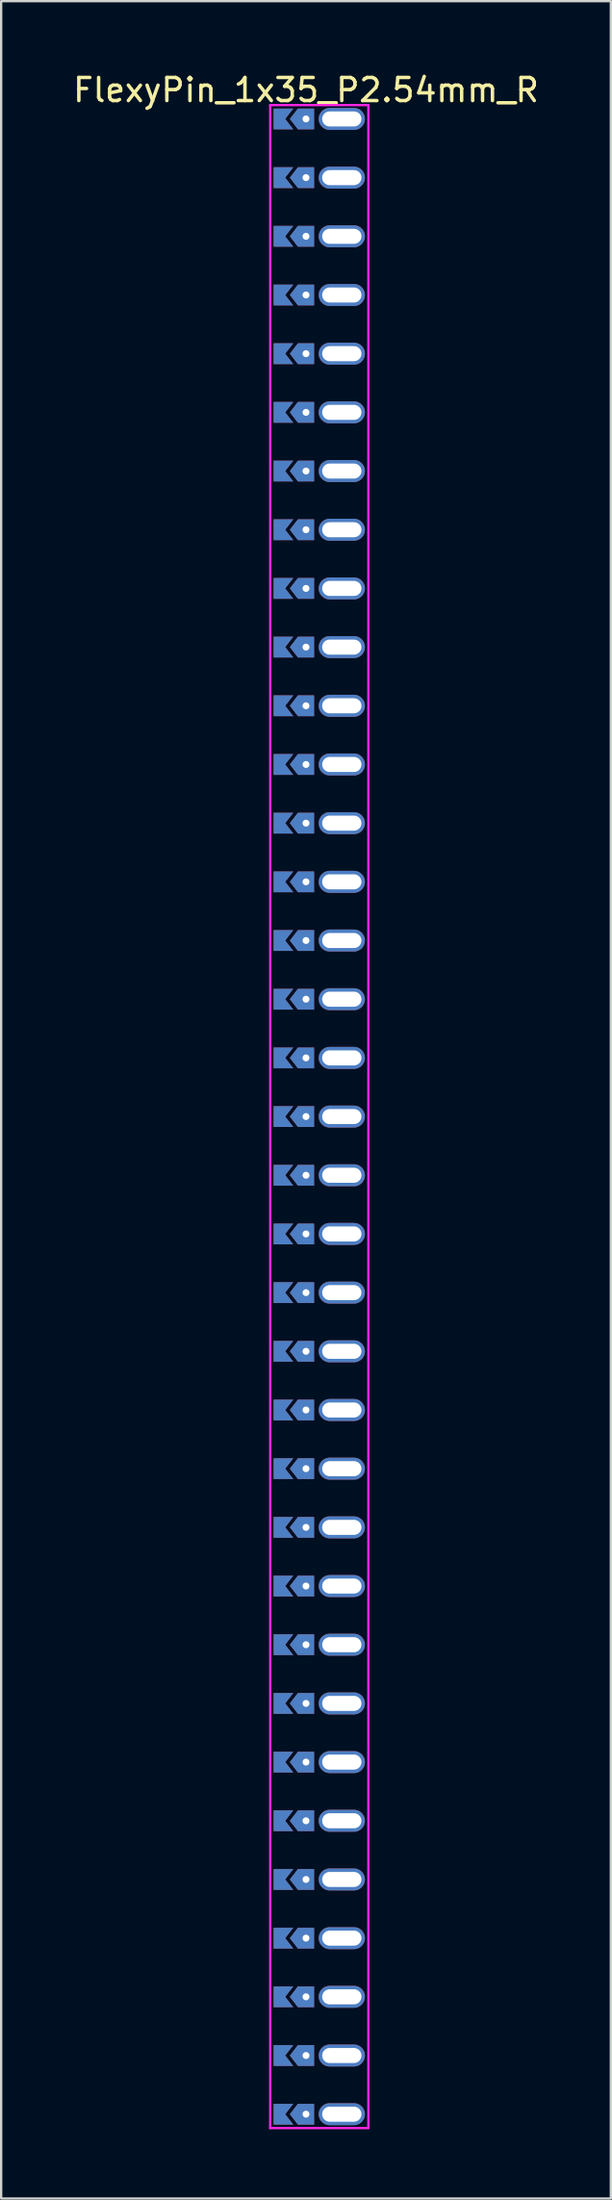
<source format=kicad_pcb>
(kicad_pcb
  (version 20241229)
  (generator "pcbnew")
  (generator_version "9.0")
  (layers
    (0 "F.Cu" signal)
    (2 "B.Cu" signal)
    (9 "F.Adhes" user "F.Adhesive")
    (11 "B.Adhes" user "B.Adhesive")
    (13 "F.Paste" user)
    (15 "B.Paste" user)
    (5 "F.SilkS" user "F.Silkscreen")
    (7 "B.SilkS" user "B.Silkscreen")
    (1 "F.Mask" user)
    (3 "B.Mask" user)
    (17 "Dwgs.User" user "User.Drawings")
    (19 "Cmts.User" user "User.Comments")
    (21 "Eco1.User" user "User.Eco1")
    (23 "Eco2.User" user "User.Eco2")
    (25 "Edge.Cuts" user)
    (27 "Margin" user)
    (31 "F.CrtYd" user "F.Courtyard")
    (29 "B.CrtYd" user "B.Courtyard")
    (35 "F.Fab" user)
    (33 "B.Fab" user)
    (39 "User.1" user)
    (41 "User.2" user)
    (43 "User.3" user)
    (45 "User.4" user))
  (footprint "FlexyPin_1x35_P2.54mm_R"
    (layer "F.Cu")
    (at 10.196 2.098)
    (property "Reference" "FlexyPin_1x35_P2.54mm_R" (at 0 -1.25 0) (layer "F.SilkS") (effects (font (size 1 1) (thickness 0.15))))
    (attr through_hole)
    (fp_line (start -1.55 -0.6) (end 2.7 -0.6) (stroke (width 0.1) (type solid)) (layer "F.CrtYd"))
    (fp_line (start -1.55 86.96) (end -1.55 -0.6) (stroke (width 0.1) (type solid)) (layer "F.CrtYd"))
    (fp_line (start 2.7 -0.6) (end 2.7 86.96) (stroke (width 0.1) (type solid)) (layer "F.CrtYd"))
    (fp_line (start 2.7 86.96) (end -1.55 86.96) (stroke (width 0.1) (type solid)) (layer "F.CrtYd"))
    (pad "" thru_hole custom (at 0 0) (size 0.3 0.3) (drill 0.6) (layers "*.Cu" "*.Mask") (options (anchor rect)) (primitives (gr_poly (pts (xy 0.35 0.45) (xy 0.35 -0.45) (xy -0.35 -0.45) (xy -0.7 0) (xy -0.35 0.45)) (width 0) (fill yes))))
    (pad "" thru_hole custom (at 0 2.54) (size 0.3 0.3) (drill 0.6) (layers "*.Cu" "*.Mask") (options (anchor rect)) (primitives (gr_poly (pts (xy 0.35 0.45) (xy 0.35 -0.45) (xy -0.35 -0.45) (xy -0.7 0) (xy -0.35 0.45)) (width 0) (fill yes))))
    (pad "" thru_hole custom (at 0 5.08) (size 0.3 0.3) (drill 0.6) (layers "*.Cu" "*.Mask") (options (anchor rect)) (primitives (gr_poly (pts (xy 0.35 0.45) (xy 0.35 -0.45) (xy -0.35 -0.45) (xy -0.7 0) (xy -0.35 0.45)) (width 0) (fill yes))))
    (pad "" thru_hole custom (at 0 7.62) (size 0.3 0.3) (drill 0.6) (layers "*.Cu" "*.Mask") (options (anchor rect)) (primitives (gr_poly (pts (xy 0.35 0.45) (xy 0.35 -0.45) (xy -0.35 -0.45) (xy -0.7 0) (xy -0.35 0.45)) (width 0) (fill yes))))
    (pad "" thru_hole custom (at 0 10.16) (size 0.3 0.3) (drill 0.6) (layers "*.Cu" "*.Mask") (options (anchor rect)) (primitives (gr_poly (pts (xy 0.35 0.45) (xy 0.35 -0.45) (xy -0.35 -0.45) (xy -0.7 0) (xy -0.35 0.45)) (width 0) (fill yes))))
    (pad "" thru_hole custom (at 0 12.7) (size 0.3 0.3) (drill 0.6) (layers "*.Cu" "*.Mask") (options (anchor rect)) (primitives (gr_poly (pts (xy 0.35 0.45) (xy 0.35 -0.45) (xy -0.35 -0.45) (xy -0.7 0) (xy -0.35 0.45)) (width 0) (fill yes))))
    (pad "" thru_hole custom (at 0 15.24) (size 0.3 0.3) (drill 0.6) (layers "*.Cu" "*.Mask") (options (anchor rect)) (primitives (gr_poly (pts (xy 0.35 0.45) (xy 0.35 -0.45) (xy -0.35 -0.45) (xy -0.7 0) (xy -0.35 0.45)) (width 0) (fill yes))))
    (pad "" thru_hole custom (at 0 17.78) (size 0.3 0.3) (drill 0.6) (layers "*.Cu" "*.Mask") (options (anchor rect)) (primitives (gr_poly (pts (xy 0.35 0.45) (xy 0.35 -0.45) (xy -0.35 -0.45) (xy -0.7 0) (xy -0.35 0.45)) (width 0) (fill yes))))
    (pad "" thru_hole custom (at 0 20.32) (size 0.3 0.3) (drill 0.6) (layers "*.Cu" "*.Mask") (options (anchor rect)) (primitives (gr_poly (pts (xy 0.35 0.45) (xy 0.35 -0.45) (xy -0.35 -0.45) (xy -0.7 0) (xy -0.35 0.45)) (width 0) (fill yes))))
    (pad "" thru_hole custom (at 0 22.86) (size 0.3 0.3) (drill 0.6) (layers "*.Cu" "*.Mask") (options (anchor rect)) (primitives (gr_poly (pts (xy 0.35 0.45) (xy 0.35 -0.45) (xy -0.35 -0.45) (xy -0.7 0) (xy -0.35 0.45)) (width 0) (fill yes))))
    (pad "" thru_hole custom (at 0 25.4) (size 0.3 0.3) (drill 0.6) (layers "*.Cu" "*.Mask") (options (anchor rect)) (primitives (gr_poly (pts (xy 0.35 0.45) (xy 0.35 -0.45) (xy -0.35 -0.45) (xy -0.7 0) (xy -0.35 0.45)) (width 0) (fill yes))))
    (pad "" thru_hole custom (at 0 27.94) (size 0.3 0.3) (drill 0.6) (layers "*.Cu" "*.Mask") (options (anchor rect)) (primitives (gr_poly (pts (xy 0.35 0.45) (xy 0.35 -0.45) (xy -0.35 -0.45) (xy -0.7 0) (xy -0.35 0.45)) (width 0) (fill yes))))
    (pad "" thru_hole custom (at 0 30.48) (size 0.3 0.3) (drill 0.6) (layers "*.Cu" "*.Mask") (options (anchor rect)) (primitives (gr_poly (pts (xy 0.35 0.45) (xy 0.35 -0.45) (xy -0.35 -0.45) (xy -0.7 0) (xy -0.35 0.45)) (width 0) (fill yes))))
    (pad "" thru_hole custom (at 0 33.02) (size 0.3 0.3) (drill 0.6) (layers "*.Cu" "*.Mask") (options (anchor rect)) (primitives (gr_poly (pts (xy 0.35 0.45) (xy 0.35 -0.45) (xy -0.35 -0.45) (xy -0.7 0) (xy -0.35 0.45)) (width 0) (fill yes))))
    (pad "" thru_hole custom (at 0 35.56) (size 0.3 0.3) (drill 0.6) (layers "*.Cu" "*.Mask") (options (anchor rect)) (primitives (gr_poly (pts (xy 0.35 0.45) (xy 0.35 -0.45) (xy -0.35 -0.45) (xy -0.7 0) (xy -0.35 0.45)) (width 0) (fill yes))))
    (pad "" thru_hole custom (at 0 38.1) (size 0.3 0.3) (drill 0.6) (layers "*.Cu" "*.Mask") (options (anchor rect)) (primitives (gr_poly (pts (xy 0.35 0.45) (xy 0.35 -0.45) (xy -0.35 -0.45) (xy -0.7 0) (xy -0.35 0.45)) (width 0) (fill yes))))
    (pad "" thru_hole custom (at 0 40.64) (size 0.3 0.3) (drill 0.6) (layers "*.Cu" "*.Mask") (options (anchor rect)) (primitives (gr_poly (pts (xy 0.35 0.45) (xy 0.35 -0.45) (xy -0.35 -0.45) (xy -0.7 0) (xy -0.35 0.45)) (width 0) (fill yes))))
    (pad "" thru_hole custom (at 0 43.18) (size 0.3 0.3) (drill 0.6) (layers "*.Cu" "*.Mask") (options (anchor rect)) (primitives (gr_poly (pts (xy 0.35 0.45) (xy 0.35 -0.45) (xy -0.35 -0.45) (xy -0.7 0) (xy -0.35 0.45)) (width 0) (fill yes))))
    (pad "" thru_hole custom (at 0 45.72) (size 0.3 0.3) (drill 0.6) (layers "*.Cu" "*.Mask") (options (anchor rect)) (primitives (gr_poly (pts (xy 0.35 0.45) (xy 0.35 -0.45) (xy -0.35 -0.45) (xy -0.7 0) (xy -0.35 0.45)) (width 0) (fill yes))))
    (pad "" thru_hole custom (at 0 48.26) (size 0.3 0.3) (drill 0.6) (layers "*.Cu" "*.Mask") (options (anchor rect)) (primitives (gr_poly (pts (xy 0.35 0.45) (xy 0.35 -0.45) (xy -0.35 -0.45) (xy -0.7 0) (xy -0.35 0.45)) (width 0) (fill yes))))
    (pad "" thru_hole custom (at 0 50.8) (size 0.3 0.3) (drill 0.6) (layers "*.Cu" "*.Mask") (options (anchor rect)) (primitives (gr_poly (pts (xy 0.35 0.45) (xy 0.35 -0.45) (xy -0.35 -0.45) (xy -0.7 0) (xy -0.35 0.45)) (width 0) (fill yes))))
    (pad "" thru_hole custom (at 0 53.34) (size 0.3 0.3) (drill 0.6) (layers "*.Cu" "*.Mask") (options (anchor rect)) (primitives (gr_poly (pts (xy 0.35 0.45) (xy 0.35 -0.45) (xy -0.35 -0.45) (xy -0.7 0) (xy -0.35 0.45)) (width 0) (fill yes))))
    (pad "" thru_hole custom (at 0 55.88) (size 0.3 0.3) (drill 0.6) (layers "*.Cu" "*.Mask") (options (anchor rect)) (primitives (gr_poly (pts (xy 0.35 0.45) (xy 0.35 -0.45) (xy -0.35 -0.45) (xy -0.7 0) (xy -0.35 0.45)) (width 0) (fill yes))))
    (pad "" thru_hole custom (at 0 58.42) (size 0.3 0.3) (drill 0.6) (layers "*.Cu" "*.Mask") (options (anchor rect)) (primitives (gr_poly (pts (xy 0.35 0.45) (xy 0.35 -0.45) (xy -0.35 -0.45) (xy -0.7 0) (xy -0.35 0.45)) (width 0) (fill yes))))
    (pad "" thru_hole custom (at 0 60.96) (size 0.3 0.3) (drill 0.6) (layers "*.Cu" "*.Mask") (options (anchor rect)) (primitives (gr_poly (pts (xy 0.35 0.45) (xy 0.35 -0.45) (xy -0.35 -0.45) (xy -0.7 0) (xy -0.35 0.45)) (width 0) (fill yes))))
    (pad "" thru_hole custom (at 0 63.5) (size 0.3 0.3) (drill 0.6) (layers "*.Cu" "*.Mask") (options (anchor rect)) (primitives (gr_poly (pts (xy 0.35 0.45) (xy 0.35 -0.45) (xy -0.35 -0.45) (xy -0.7 0) (xy -0.35 0.45)) (width 0) (fill yes))))
    (pad "" thru_hole custom (at 0 66.04) (size 0.3 0.3) (drill 0.6) (layers "*.Cu" "*.Mask") (options (anchor rect)) (primitives (gr_poly (pts (xy 0.35 0.45) (xy 0.35 -0.45) (xy -0.35 -0.45) (xy -0.7 0) (xy -0.35 0.45)) (width 0) (fill yes))))
    (pad "" thru_hole custom (at 0 68.58) (size 0.3 0.3) (drill 0.6) (layers "*.Cu" "*.Mask") (options (anchor rect)) (primitives (gr_poly (pts (xy 0.35 0.45) (xy 0.35 -0.45) (xy -0.35 -0.45) (xy -0.7 0) (xy -0.35 0.45)) (width 0) (fill yes))))
    (pad "" thru_hole custom (at 0 71.12) (size 0.3 0.3) (drill 0.6) (layers "*.Cu" "*.Mask") (options (anchor rect)) (primitives (gr_poly (pts (xy 0.35 0.45) (xy 0.35 -0.45) (xy -0.35 -0.45) (xy -0.7 0) (xy -0.35 0.45)) (width 0) (fill yes))))
    (pad "" thru_hole custom (at 0 73.66) (size 0.3 0.3) (drill 0.6) (layers "*.Cu" "*.Mask") (options (anchor rect)) (primitives (gr_poly (pts (xy 0.35 0.45) (xy 0.35 -0.45) (xy -0.35 -0.45) (xy -0.7 0) (xy -0.35 0.45)) (width 0) (fill yes))))
    (pad "" thru_hole custom (at 0 76.2) (size 0.3 0.3) (drill 0.6) (layers "*.Cu" "*.Mask") (options (anchor rect)) (primitives (gr_poly (pts (xy 0.35 0.45) (xy 0.35 -0.45) (xy -0.35 -0.45) (xy -0.7 0) (xy -0.35 0.45)) (width 0) (fill yes))))
    (pad "" thru_hole custom (at 0 78.74) (size 0.3 0.3) (drill 0.6) (layers "*.Cu" "*.Mask") (options (anchor rect)) (primitives (gr_poly (pts (xy 0.35 0.45) (xy 0.35 -0.45) (xy -0.35 -0.45) (xy -0.7 0) (xy -0.35 0.45)) (width 0) (fill yes))))
    (pad "" thru_hole custom (at 0 81.28) (size 0.3 0.3) (drill 0.6) (layers "*.Cu" "*.Mask") (options (anchor rect)) (primitives (gr_poly (pts (xy 0.35 0.45) (xy 0.35 -0.45) (xy -0.35 -0.45) (xy -0.7 0) (xy -0.35 0.45)) (width 0) (fill yes))))
    (pad "" thru_hole custom (at 0 83.82) (size 0.3 0.3) (drill 0.6) (layers "*.Cu" "*.Mask") (options (anchor rect)) (primitives (gr_poly (pts (xy 0.35 0.45) (xy 0.35 -0.45) (xy -0.35 -0.45) (xy -0.7 0) (xy -0.35 0.45)) (width 0) (fill yes))))
    (pad "" thru_hole custom (at 0 86.36) (size 0.3 0.3) (drill 0.6) (layers "*.Cu" "*.Mask") (options (anchor rect)) (primitives (gr_poly (pts (xy 0.35 0.45) (xy 0.35 -0.45) (xy -0.35 -0.45) (xy -0.7 0) (xy -0.35 0.45)) (width 0) (fill yes))))
    (pad "" thru_hole oval (at 1.55 0) (size 2 0.95) (drill oval 1.7 0.65) (layers "*.Cu" "*.Mask"))
    (pad "" thru_hole oval (at 1.55 2.54) (size 2 0.95) (drill oval 1.7 0.65) (layers "*.Cu" "*.Mask"))
    (pad "" thru_hole oval (at 1.55 5.08) (size 2 0.95) (drill oval 1.7 0.65) (layers "*.Cu" "*.Mask"))
    (pad "" thru_hole oval (at 1.55 7.62) (size 2 0.95) (drill oval 1.7 0.65) (layers "*.Cu" "*.Mask"))
    (pad "" thru_hole oval (at 1.55 10.16) (size 2 0.95) (drill oval 1.7 0.65) (layers "*.Cu" "*.Mask"))
    (pad "" thru_hole oval (at 1.55 12.7) (size 2 0.95) (drill oval 1.7 0.65) (layers "*.Cu" "*.Mask"))
    (pad "" thru_hole oval (at 1.55 15.24) (size 2 0.95) (drill oval 1.7 0.65) (layers "*.Cu" "*.Mask"))
    (pad "" thru_hole oval (at 1.55 17.78) (size 2 0.95) (drill oval 1.7 0.65) (layers "*.Cu" "*.Mask"))
    (pad "" thru_hole oval (at 1.55 20.32) (size 2 0.95) (drill oval 1.7 0.65) (layers "*.Cu" "*.Mask"))
    (pad "" thru_hole oval (at 1.55 22.86) (size 2 0.95) (drill oval 1.7 0.65) (layers "*.Cu" "*.Mask"))
    (pad "" thru_hole oval (at 1.55 25.4) (size 2 0.95) (drill oval 1.7 0.65) (layers "*.Cu" "*.Mask"))
    (pad "" thru_hole oval (at 1.55 27.94) (size 2 0.95) (drill oval 1.7 0.65) (layers "*.Cu" "*.Mask"))
    (pad "" thru_hole oval (at 1.55 30.48) (size 2 0.95) (drill oval 1.7 0.65) (layers "*.Cu" "*.Mask"))
    (pad "" thru_hole oval (at 1.55 33.02) (size 2 0.95) (drill oval 1.7 0.65) (layers "*.Cu" "*.Mask"))
    (pad "" thru_hole oval (at 1.55 35.56) (size 2 0.95) (drill oval 1.7 0.65) (layers "*.Cu" "*.Mask"))
    (pad "" thru_hole oval (at 1.55 38.1) (size 2 0.95) (drill oval 1.7 0.65) (layers "*.Cu" "*.Mask"))
    (pad "" thru_hole oval (at 1.55 40.64) (size 2 0.95) (drill oval 1.7 0.65) (layers "*.Cu" "*.Mask"))
    (pad "" thru_hole oval (at 1.55 43.18) (size 2 0.95) (drill oval 1.7 0.65) (layers "*.Cu" "*.Mask"))
    (pad "" thru_hole oval (at 1.55 45.72) (size 2 0.95) (drill oval 1.7 0.65) (layers "*.Cu" "*.Mask"))
    (pad "" thru_hole oval (at 1.55 48.26) (size 2 0.95) (drill oval 1.7 0.65) (layers "*.Cu" "*.Mask"))
    (pad "" thru_hole oval (at 1.55 50.8) (size 2 0.95) (drill oval 1.7 0.65) (layers "*.Cu" "*.Mask"))
    (pad "" thru_hole oval (at 1.55 53.34) (size 2 0.95) (drill oval 1.7 0.65) (layers "*.Cu" "*.Mask"))
    (pad "" thru_hole oval (at 1.55 55.88) (size 2 0.95) (drill oval 1.7 0.65) (layers "*.Cu" "*.Mask"))
    (pad "" thru_hole oval (at 1.55 58.42) (size 2 0.95) (drill oval 1.7 0.65) (layers "*.Cu" "*.Mask"))
    (pad "" thru_hole oval (at 1.55 60.96) (size 2 0.95) (drill oval 1.7 0.65) (layers "*.Cu" "*.Mask"))
    (pad "" thru_hole oval (at 1.55 63.5) (size 2 0.95) (drill oval 1.7 0.65) (layers "*.Cu" "*.Mask"))
    (pad "" thru_hole oval (at 1.55 66.04) (size 2 0.95) (drill oval 1.7 0.65) (layers "*.Cu" "*.Mask"))
    (pad "" thru_hole oval (at 1.55 68.58) (size 2 0.95) (drill oval 1.7 0.65) (layers "*.Cu" "*.Mask"))
    (pad "" thru_hole oval (at 1.55 71.12) (size 2 0.95) (drill oval 1.7 0.65) (layers "*.Cu" "*.Mask"))
    (pad "" thru_hole oval (at 1.55 73.66) (size 2 0.95) (drill oval 1.7 0.65) (layers "*.Cu" "*.Mask"))
    (pad "" thru_hole oval (at 1.55 76.2) (size 2 0.95) (drill oval 1.7 0.65) (layers "*.Cu" "*.Mask"))
    (pad "" thru_hole oval (at 1.55 78.74) (size 2 0.95) (drill oval 1.7 0.65) (layers "*.Cu" "*.Mask"))
    (pad "" thru_hole oval (at 1.55 81.28) (size 2 0.95) (drill oval 1.7 0.65) (layers "*.Cu" "*.Mask"))
    (pad "" thru_hole oval (at 1.55 83.82) (size 2 0.95) (drill oval 1.7 0.65) (layers "*.Cu" "*.Mask"))
    (pad "" thru_hole oval (at 1.55 86.36) (size 2 0.95) (drill oval 1.7 0.65) (layers "*.Cu" "*.Mask"))
    (pad "1" smd custom (at -0.9 0) (size 0.01 0.01) (layers "F.Cu" "F.Mask") (options (anchor rect)) (primitives (gr_poly (pts (xy 0 0) (xy 0.35 0.45) (xy -0.5 0.45) (xy -0.5 -0.45) (xy 0.35 -0.45)) (width 0) (fill yes))))
    (pad "2" smd custom (at -0.9 2.54) (size 0.01 0.01) (layers "F.Cu" "F.Mask") (options (anchor rect)) (primitives (gr_poly (pts (xy 0 0) (xy 0.35 0.45) (xy -0.5 0.45) (xy -0.5 -0.45) (xy 0.35 -0.45)) (width 0) (fill yes))))
    (pad "3" smd custom (at -0.9 5.08) (size 0.01 0.01) (layers "F.Cu" "F.Mask") (options (anchor rect)) (primitives (gr_poly (pts (xy 0 0) (xy 0.35 0.45) (xy -0.5 0.45) (xy -0.5 -0.45) (xy 0.35 -0.45)) (width 0) (fill yes))))
    (pad "4" smd custom (at -0.9 7.62) (size 0.01 0.01) (layers "F.Cu" "F.Mask") (options (anchor rect)) (primitives (gr_poly (pts (xy 0 0) (xy 0.35 0.45) (xy -0.5 0.45) (xy -0.5 -0.45) (xy 0.35 -0.45)) (width 0) (fill yes))))
    (pad "5" smd custom (at -0.9 10.16) (size 0.01 0.01) (layers "F.Cu" "F.Mask") (options (anchor rect)) (primitives (gr_poly (pts (xy 0 0) (xy 0.35 0.45) (xy -0.5 0.45) (xy -0.5 -0.45) (xy 0.35 -0.45)) (width 0) (fill yes))))
    (pad "6" smd custom (at -0.9 12.7) (size 0.01 0.01) (layers "F.Cu" "F.Mask") (options (anchor rect)) (primitives (gr_poly (pts (xy 0 0) (xy 0.35 0.45) (xy -0.5 0.45) (xy -0.5 -0.45) (xy 0.35 -0.45)) (width 0) (fill yes))))
    (pad "7" smd custom (at -0.9 15.24) (size 0.01 0.01) (layers "F.Cu" "F.Mask") (options (anchor rect)) (primitives (gr_poly (pts (xy 0 0) (xy 0.35 0.45) (xy -0.5 0.45) (xy -0.5 -0.45) (xy 0.35 -0.45)) (width 0) (fill yes))))
    (pad "8" smd custom (at -0.9 17.78) (size 0.01 0.01) (layers "F.Cu" "F.Mask") (options (anchor rect)) (primitives (gr_poly (pts (xy 0 0) (xy 0.35 0.45) (xy -0.5 0.45) (xy -0.5 -0.45) (xy 0.35 -0.45)) (width 0) (fill yes))))
    (pad "9" smd custom (at -0.9 20.32) (size 0.01 0.01) (layers "F.Cu" "F.Mask") (options (anchor rect)) (primitives (gr_poly (pts (xy 0 0) (xy 0.35 0.45) (xy -0.5 0.45) (xy -0.5 -0.45) (xy 0.35 -0.45)) (width 0) (fill yes))))
    (pad "10" smd custom (at -0.9 22.86) (size 0.01 0.01) (layers "F.Cu" "F.Mask") (options (anchor rect)) (primitives (gr_poly (pts (xy 0 0) (xy 0.35 0.45) (xy -0.5 0.45) (xy -0.5 -0.45) (xy 0.35 -0.45)) (width 0) (fill yes))))
    (pad "11" smd custom (at -0.9 25.4) (size 0.01 0.01) (layers "F.Cu" "F.Mask") (options (anchor rect)) (primitives (gr_poly (pts (xy 0 0) (xy 0.35 0.45) (xy -0.5 0.45) (xy -0.5 -0.45) (xy 0.35 -0.45)) (width 0) (fill yes))))
    (pad "12" smd custom (at -0.9 27.94) (size 0.01 0.01) (layers "F.Cu" "F.Mask") (options (anchor rect)) (primitives (gr_poly (pts (xy 0 0) (xy 0.35 0.45) (xy -0.5 0.45) (xy -0.5 -0.45) (xy 0.35 -0.45)) (width 0) (fill yes))))
    (pad "13" smd custom (at -0.9 30.48) (size 0.01 0.01) (layers "F.Cu" "F.Mask") (options (anchor rect)) (primitives (gr_poly (pts (xy 0 0) (xy 0.35 0.45) (xy -0.5 0.45) (xy -0.5 -0.45) (xy 0.35 -0.45)) (width 0) (fill yes))))
    (pad "14" smd custom (at -0.9 33.02) (size 0.01 0.01) (layers "F.Cu" "F.Mask") (options (anchor rect)) (primitives (gr_poly (pts (xy 0 0) (xy 0.35 0.45) (xy -0.5 0.45) (xy -0.5 -0.45) (xy 0.35 -0.45)) (width 0) (fill yes))))
    (pad "15" smd custom (at -0.9 35.56) (size 0.01 0.01) (layers "F.Cu" "F.Mask") (options (anchor rect)) (primitives (gr_poly (pts (xy 0 0) (xy 0.35 0.45) (xy -0.5 0.45) (xy -0.5 -0.45) (xy 0.35 -0.45)) (width 0) (fill yes))))
    (pad "16" smd custom (at -0.9 38.1) (size 0.01 0.01) (layers "F.Cu" "F.Mask") (options (anchor rect)) (primitives (gr_poly (pts (xy 0 0) (xy 0.35 0.45) (xy -0.5 0.45) (xy -0.5 -0.45) (xy 0.35 -0.45)) (width 0) (fill yes))))
    (pad "17" smd custom (at -0.9 40.64) (size 0.01 0.01) (layers "F.Cu" "F.Mask") (options (anchor rect)) (primitives (gr_poly (pts (xy 0 0) (xy 0.35 0.45) (xy -0.5 0.45) (xy -0.5 -0.45) (xy 0.35 -0.45)) (width 0) (fill yes))))
    (pad "18" smd custom (at -0.9 43.18) (size 0.01 0.01) (layers "F.Cu" "F.Mask") (options (anchor rect)) (primitives (gr_poly (pts (xy 0 0) (xy 0.35 0.45) (xy -0.5 0.45) (xy -0.5 -0.45) (xy 0.35 -0.45)) (width 0) (fill yes))))
    (pad "19" smd custom (at -0.9 45.72) (size 0.01 0.01) (layers "F.Cu" "F.Mask") (options (anchor rect)) (primitives (gr_poly (pts (xy 0 0) (xy 0.35 0.45) (xy -0.5 0.45) (xy -0.5 -0.45) (xy 0.35 -0.45)) (width 0) (fill yes))))
    (pad "20" smd custom (at -0.9 48.26) (size 0.01 0.01) (layers "F.Cu" "F.Mask") (options (anchor rect)) (primitives (gr_poly (pts (xy 0 0) (xy 0.35 0.45) (xy -0.5 0.45) (xy -0.5 -0.45) (xy 0.35 -0.45)) (width 0) (fill yes))))
    (pad "21" smd custom (at -0.9 50.8) (size 0.01 0.01) (layers "F.Cu" "F.Mask") (options (anchor rect)) (primitives (gr_poly (pts (xy 0 0) (xy 0.35 0.45) (xy -0.5 0.45) (xy -0.5 -0.45) (xy 0.35 -0.45)) (width 0) (fill yes))))
    (pad "22" smd custom (at -0.9 53.34) (size 0.01 0.01) (layers "F.Cu" "F.Mask") (options (anchor rect)) (primitives (gr_poly (pts (xy 0 0) (xy 0.35 0.45) (xy -0.5 0.45) (xy -0.5 -0.45) (xy 0.35 -0.45)) (width 0) (fill yes))))
    (pad "23" smd custom (at -0.9 55.88) (size 0.01 0.01) (layers "F.Cu" "F.Mask") (options (anchor rect)) (primitives (gr_poly (pts (xy 0 0) (xy 0.35 0.45) (xy -0.5 0.45) (xy -0.5 -0.45) (xy 0.35 -0.45)) (width 0) (fill yes))))
    (pad "24" smd custom (at -0.9 58.42) (size 0.01 0.01) (layers "F.Cu" "F.Mask") (options (anchor rect)) (primitives (gr_poly (pts (xy 0 0) (xy 0.35 0.45) (xy -0.5 0.45) (xy -0.5 -0.45) (xy 0.35 -0.45)) (width 0) (fill yes))))
    (pad "25" smd custom (at -0.9 60.96) (size 0.01 0.01) (layers "F.Cu" "F.Mask") (options (anchor rect)) (primitives (gr_poly (pts (xy 0 0) (xy 0.35 0.45) (xy -0.5 0.45) (xy -0.5 -0.45) (xy 0.35 -0.45)) (width 0) (fill yes))))
    (pad "26" smd custom (at -0.9 63.5) (size 0.01 0.01) (layers "F.Cu" "F.Mask") (options (anchor rect)) (primitives (gr_poly (pts (xy 0 0) (xy 0.35 0.45) (xy -0.5 0.45) (xy -0.5 -0.45) (xy 0.35 -0.45)) (width 0) (fill yes))))
    (pad "27" smd custom (at -0.9 66.04) (size 0.01 0.01) (layers "F.Cu" "F.Mask") (options (anchor rect)) (primitives (gr_poly (pts (xy 0 0) (xy 0.35 0.45) (xy -0.5 0.45) (xy -0.5 -0.45) (xy 0.35 -0.45)) (width 0) (fill yes))))
    (pad "28" smd custom (at -0.9 68.58) (size 0.01 0.01) (layers "F.Cu" "F.Mask") (options (anchor rect)) (primitives (gr_poly (pts (xy 0 0) (xy 0.35 0.45) (xy -0.5 0.45) (xy -0.5 -0.45) (xy 0.35 -0.45)) (width 0) (fill yes))))
    (pad "29" smd custom (at -0.9 71.12) (size 0.01 0.01) (layers "F.Cu" "F.Mask") (options (anchor rect)) (primitives (gr_poly (pts (xy 0 0) (xy 0.35 0.45) (xy -0.5 0.45) (xy -0.5 -0.45) (xy 0.35 -0.45)) (width 0) (fill yes))))
    (pad "30" smd custom (at -0.9 73.66) (size 0.01 0.01) (layers "F.Cu" "F.Mask") (options (anchor rect)) (primitives (gr_poly (pts (xy 0 0) (xy 0.35 0.45) (xy -0.5 0.45) (xy -0.5 -0.45) (xy 0.35 -0.45)) (width 0) (fill yes))))
    (pad "31" smd custom (at -0.9 76.2) (size 0.01 0.01) (layers "F.Cu" "F.Mask") (options (anchor rect)) (primitives (gr_poly (pts (xy 0 0) (xy 0.35 0.45) (xy -0.5 0.45) (xy -0.5 -0.45) (xy 0.35 -0.45)) (width 0) (fill yes))))
    (pad "32" smd custom (at -0.9 78.74) (size 0.01 0.01) (layers "F.Cu" "F.Mask") (options (anchor rect)) (primitives (gr_poly (pts (xy 0 0) (xy 0.35 0.45) (xy -0.5 0.45) (xy -0.5 -0.45) (xy 0.35 -0.45)) (width 0) (fill yes))))
    (pad "33" smd custom (at -0.9 81.28) (size 0.01 0.01) (layers "F.Cu" "F.Mask") (options (anchor rect)) (primitives (gr_poly (pts (xy 0 0) (xy 0.35 0.45) (xy -0.5 0.45) (xy -0.5 -0.45) (xy 0.35 -0.45)) (width 0) (fill yes))))
    (pad "34" smd custom (at -0.9 83.82) (size 0.01 0.01) (layers "F.Cu" "F.Mask") (options (anchor rect)) (primitives (gr_poly (pts (xy 0 0) (xy 0.35 0.45) (xy -0.5 0.45) (xy -0.5 -0.45) (xy 0.35 -0.45)) (width 0) (fill yes))))
    (pad "35" smd custom (at -0.9 86.36) (size 0.01 0.01) (layers "F.Cu" "F.Mask") (options (anchor rect)) (primitives (gr_poly (pts (xy 0 0) (xy 0.35 0.45) (xy -0.5 0.45) (xy -0.5 -0.45) (xy 0.35 -0.45)) (width 0) (fill yes))))
    (pad "36" smd custom (at -0.9 0) (size 0.01 0.01) (layers "B.Cu" "B.Mask") (options (anchor rect)) (primitives (gr_poly (pts (xy 0 0) (xy 0.35 0.45) (xy -0.5 0.45) (xy -0.5 -0.45) (xy 0.35 -0.45)) (width 0) (fill yes))))
    (pad "37" smd custom (at -0.9 2.54) (size 0.01 0.01) (layers "B.Cu" "B.Mask") (options (anchor rect)) (primitives (gr_poly (pts (xy 0 0) (xy 0.35 0.45) (xy -0.5 0.45) (xy -0.5 -0.45) (xy 0.35 -0.45)) (width 0) (fill yes))))
    (pad "38" smd custom (at -0.9 5.08) (size 0.01 0.01) (layers "B.Cu" "B.Mask") (options (anchor rect)) (primitives (gr_poly (pts (xy 0 0) (xy 0.35 0.45) (xy -0.5 0.45) (xy -0.5 -0.45) (xy 0.35 -0.45)) (width 0) (fill yes))))
    (pad "39" smd custom (at -0.9 7.62) (size 0.01 0.01) (layers "B.Cu" "B.Mask") (options (anchor rect)) (primitives (gr_poly (pts (xy 0 0) (xy 0.35 0.45) (xy -0.5 0.45) (xy -0.5 -0.45) (xy 0.35 -0.45)) (width 0) (fill yes))))
    (pad "40" smd custom (at -0.9 10.16) (size 0.01 0.01) (layers "B.Cu" "B.Mask") (options (anchor rect)) (primitives (gr_poly (pts (xy 0 0) (xy 0.35 0.45) (xy -0.5 0.45) (xy -0.5 -0.45) (xy 0.35 -0.45)) (width 0) (fill yes))))
    (pad "41" smd custom (at -0.9 12.7) (size 0.01 0.01) (layers "B.Cu" "B.Mask") (options (anchor rect)) (primitives (gr_poly (pts (xy 0 0) (xy 0.35 0.45) (xy -0.5 0.45) (xy -0.5 -0.45) (xy 0.35 -0.45)) (width 0) (fill yes))))
    (pad "42" smd custom (at -0.9 15.24) (size 0.01 0.01) (layers "B.Cu" "B.Mask") (options (anchor rect)) (primitives (gr_poly (pts (xy 0 0) (xy 0.35 0.45) (xy -0.5 0.45) (xy -0.5 -0.45) (xy 0.35 -0.45)) (width 0) (fill yes))))
    (pad "43" smd custom (at -0.9 17.78) (size 0.01 0.01) (layers "B.Cu" "B.Mask") (options (anchor rect)) (primitives (gr_poly (pts (xy 0 0) (xy 0.35 0.45) (xy -0.5 0.45) (xy -0.5 -0.45) (xy 0.35 -0.45)) (width 0) (fill yes))))
    (pad "44" smd custom (at -0.9 20.32) (size 0.01 0.01) (layers "B.Cu" "B.Mask") (options (anchor rect)) (primitives (gr_poly (pts (xy 0 0) (xy 0.35 0.45) (xy -0.5 0.45) (xy -0.5 -0.45) (xy 0.35 -0.45)) (width 0) (fill yes))))
    (pad "45" smd custom (at -0.9 22.86) (size 0.01 0.01) (layers "B.Cu" "B.Mask") (options (anchor rect)) (primitives (gr_poly (pts (xy 0 0) (xy 0.35 0.45) (xy -0.5 0.45) (xy -0.5 -0.45) (xy 0.35 -0.45)) (width 0) (fill yes))))
    (pad "46" smd custom (at -0.9 25.4) (size 0.01 0.01) (layers "B.Cu" "B.Mask") (options (anchor rect)) (primitives (gr_poly (pts (xy 0 0) (xy 0.35 0.45) (xy -0.5 0.45) (xy -0.5 -0.45) (xy 0.35 -0.45)) (width 0) (fill yes))))
    (pad "47" smd custom (at -0.9 27.94) (size 0.01 0.01) (layers "B.Cu" "B.Mask") (options (anchor rect)) (primitives (gr_poly (pts (xy 0 0) (xy 0.35 0.45) (xy -0.5 0.45) (xy -0.5 -0.45) (xy 0.35 -0.45)) (width 0) (fill yes))))
    (pad "48" smd custom (at -0.9 30.48) (size 0.01 0.01) (layers "B.Cu" "B.Mask") (options (anchor rect)) (primitives (gr_poly (pts (xy 0 0) (xy 0.35 0.45) (xy -0.5 0.45) (xy -0.5 -0.45) (xy 0.35 -0.45)) (width 0) (fill yes))))
    (pad "49" smd custom (at -0.9 33.02) (size 0.01 0.01) (layers "B.Cu" "B.Mask") (options (anchor rect)) (primitives (gr_poly (pts (xy 0 0) (xy 0.35 0.45) (xy -0.5 0.45) (xy -0.5 -0.45) (xy 0.35 -0.45)) (width 0) (fill yes))))
    (pad "50" smd custom (at -0.9 35.56) (size 0.01 0.01) (layers "B.Cu" "B.Mask") (options (anchor rect)) (primitives (gr_poly (pts (xy 0 0) (xy 0.35 0.45) (xy -0.5 0.45) (xy -0.5 -0.45) (xy 0.35 -0.45)) (width 0) (fill yes))))
    (pad "51" smd custom (at -0.9 38.1) (size 0.01 0.01) (layers "B.Cu" "B.Mask") (options (anchor rect)) (primitives (gr_poly (pts (xy 0 0) (xy 0.35 0.45) (xy -0.5 0.45) (xy -0.5 -0.45) (xy 0.35 -0.45)) (width 0) (fill yes))))
    (pad "52" smd custom (at -0.9 40.64) (size 0.01 0.01) (layers "B.Cu" "B.Mask") (options (anchor rect)) (primitives (gr_poly (pts (xy 0 0) (xy 0.35 0.45) (xy -0.5 0.45) (xy -0.5 -0.45) (xy 0.35 -0.45)) (width 0) (fill yes))))
    (pad "53" smd custom (at -0.9 43.18) (size 0.01 0.01) (layers "B.Cu" "B.Mask") (options (anchor rect)) (primitives (gr_poly (pts (xy 0 0) (xy 0.35 0.45) (xy -0.5 0.45) (xy -0.5 -0.45) (xy 0.35 -0.45)) (width 0) (fill yes))))
    (pad "54" smd custom (at -0.9 45.72) (size 0.01 0.01) (layers "B.Cu" "B.Mask") (options (anchor rect)) (primitives (gr_poly (pts (xy 0 0) (xy 0.35 0.45) (xy -0.5 0.45) (xy -0.5 -0.45) (xy 0.35 -0.45)) (width 0) (fill yes))))
    (pad "55" smd custom (at -0.9 48.26) (size 0.01 0.01) (layers "B.Cu" "B.Mask") (options (anchor rect)) (primitives (gr_poly (pts (xy 0 0) (xy 0.35 0.45) (xy -0.5 0.45) (xy -0.5 -0.45) (xy 0.35 -0.45)) (width 0) (fill yes))))
    (pad "56" smd custom (at -0.9 50.8) (size 0.01 0.01) (layers "B.Cu" "B.Mask") (options (anchor rect)) (primitives (gr_poly (pts (xy 0 0) (xy 0.35 0.45) (xy -0.5 0.45) (xy -0.5 -0.45) (xy 0.35 -0.45)) (width 0) (fill yes))))
    (pad "57" smd custom (at -0.9 53.34) (size 0.01 0.01) (layers "B.Cu" "B.Mask") (options (anchor rect)) (primitives (gr_poly (pts (xy 0 0) (xy 0.35 0.45) (xy -0.5 0.45) (xy -0.5 -0.45) (xy 0.35 -0.45)) (width 0) (fill yes))))
    (pad "58" smd custom (at -0.9 55.88) (size 0.01 0.01) (layers "B.Cu" "B.Mask") (options (anchor rect)) (primitives (gr_poly (pts (xy 0 0) (xy 0.35 0.45) (xy -0.5 0.45) (xy -0.5 -0.45) (xy 0.35 -0.45)) (width 0) (fill yes))))
    (pad "59" smd custom (at -0.9 58.42) (size 0.01 0.01) (layers "B.Cu" "B.Mask") (options (anchor rect)) (primitives (gr_poly (pts (xy 0 0) (xy 0.35 0.45) (xy -0.5 0.45) (xy -0.5 -0.45) (xy 0.35 -0.45)) (width 0) (fill yes))))
    (pad "60" smd custom (at -0.9 60.96) (size 0.01 0.01) (layers "B.Cu" "B.Mask") (options (anchor rect)) (primitives (gr_poly (pts (xy 0 0) (xy 0.35 0.45) (xy -0.5 0.45) (xy -0.5 -0.45) (xy 0.35 -0.45)) (width 0) (fill yes))))
    (pad "61" smd custom (at -0.9 63.5) (size 0.01 0.01) (layers "B.Cu" "B.Mask") (options (anchor rect)) (primitives (gr_poly (pts (xy 0 0) (xy 0.35 0.45) (xy -0.5 0.45) (xy -0.5 -0.45) (xy 0.35 -0.45)) (width 0) (fill yes))))
    (pad "62" smd custom (at -0.9 66.04) (size 0.01 0.01) (layers "B.Cu" "B.Mask") (options (anchor rect)) (primitives (gr_poly (pts (xy 0 0) (xy 0.35 0.45) (xy -0.5 0.45) (xy -0.5 -0.45) (xy 0.35 -0.45)) (width 0) (fill yes))))
    (pad "63" smd custom (at -0.9 68.58) (size 0.01 0.01) (layers "B.Cu" "B.Mask") (options (anchor rect)) (primitives (gr_poly (pts (xy 0 0) (xy 0.35 0.45) (xy -0.5 0.45) (xy -0.5 -0.45) (xy 0.35 -0.45)) (width 0) (fill yes))))
    (pad "64" smd custom (at -0.9 71.12) (size 0.01 0.01) (layers "B.Cu" "B.Mask") (options (anchor rect)) (primitives (gr_poly (pts (xy 0 0) (xy 0.35 0.45) (xy -0.5 0.45) (xy -0.5 -0.45) (xy 0.35 -0.45)) (width 0) (fill yes))))
    (pad "65" smd custom (at -0.9 73.66) (size 0.01 0.01) (layers "B.Cu" "B.Mask") (options (anchor rect)) (primitives (gr_poly (pts (xy 0 0) (xy 0.35 0.45) (xy -0.5 0.45) (xy -0.5 -0.45) (xy 0.35 -0.45)) (width 0) (fill yes))))
    (pad "66" smd custom (at -0.9 76.2) (size 0.01 0.01) (layers "B.Cu" "B.Mask") (options (anchor rect)) (primitives (gr_poly (pts (xy 0 0) (xy 0.35 0.45) (xy -0.5 0.45) (xy -0.5 -0.45) (xy 0.35 -0.45)) (width 0) (fill yes))))
    (pad "67" smd custom (at -0.9 78.74) (size 0.01 0.01) (layers "B.Cu" "B.Mask") (options (anchor rect)) (primitives (gr_poly (pts (xy 0 0) (xy 0.35 0.45) (xy -0.5 0.45) (xy -0.5 -0.45) (xy 0.35 -0.45)) (width 0) (fill yes))))
    (pad "68" smd custom (at -0.9 81.28) (size 0.01 0.01) (layers "B.Cu" "B.Mask") (options (anchor rect)) (primitives (gr_poly (pts (xy 0 0) (xy 0.35 0.45) (xy -0.5 0.45) (xy -0.5 -0.45) (xy 0.35 -0.45)) (width 0) (fill yes))))
    (pad "69" smd custom (at -0.9 83.82) (size 0.01 0.01) (layers "B.Cu" "B.Mask") (options (anchor rect)) (primitives (gr_poly (pts (xy 0 0) (xy 0.35 0.45) (xy -0.5 0.45) (xy -0.5 -0.45) (xy 0.35 -0.45)) (width 0) (fill yes))))
    (pad "70" smd custom (at -0.9 86.36) (size 0.01 0.01) (layers "B.Cu" "B.Mask") (options (anchor rect)) (primitives (gr_poly (pts (xy 0 0) (xy 0.35 0.45) (xy -0.5 0.45) (xy -0.5 -0.45) (xy 0.35 -0.45)) (width 0) (fill yes)))))
  (gr_rect
    (start -3 -3)
    (end 23.393 92.108)
    (stroke (width 0.1) (type default))
    (fill no)
    (layer "Edge.Cuts")))
</source>
